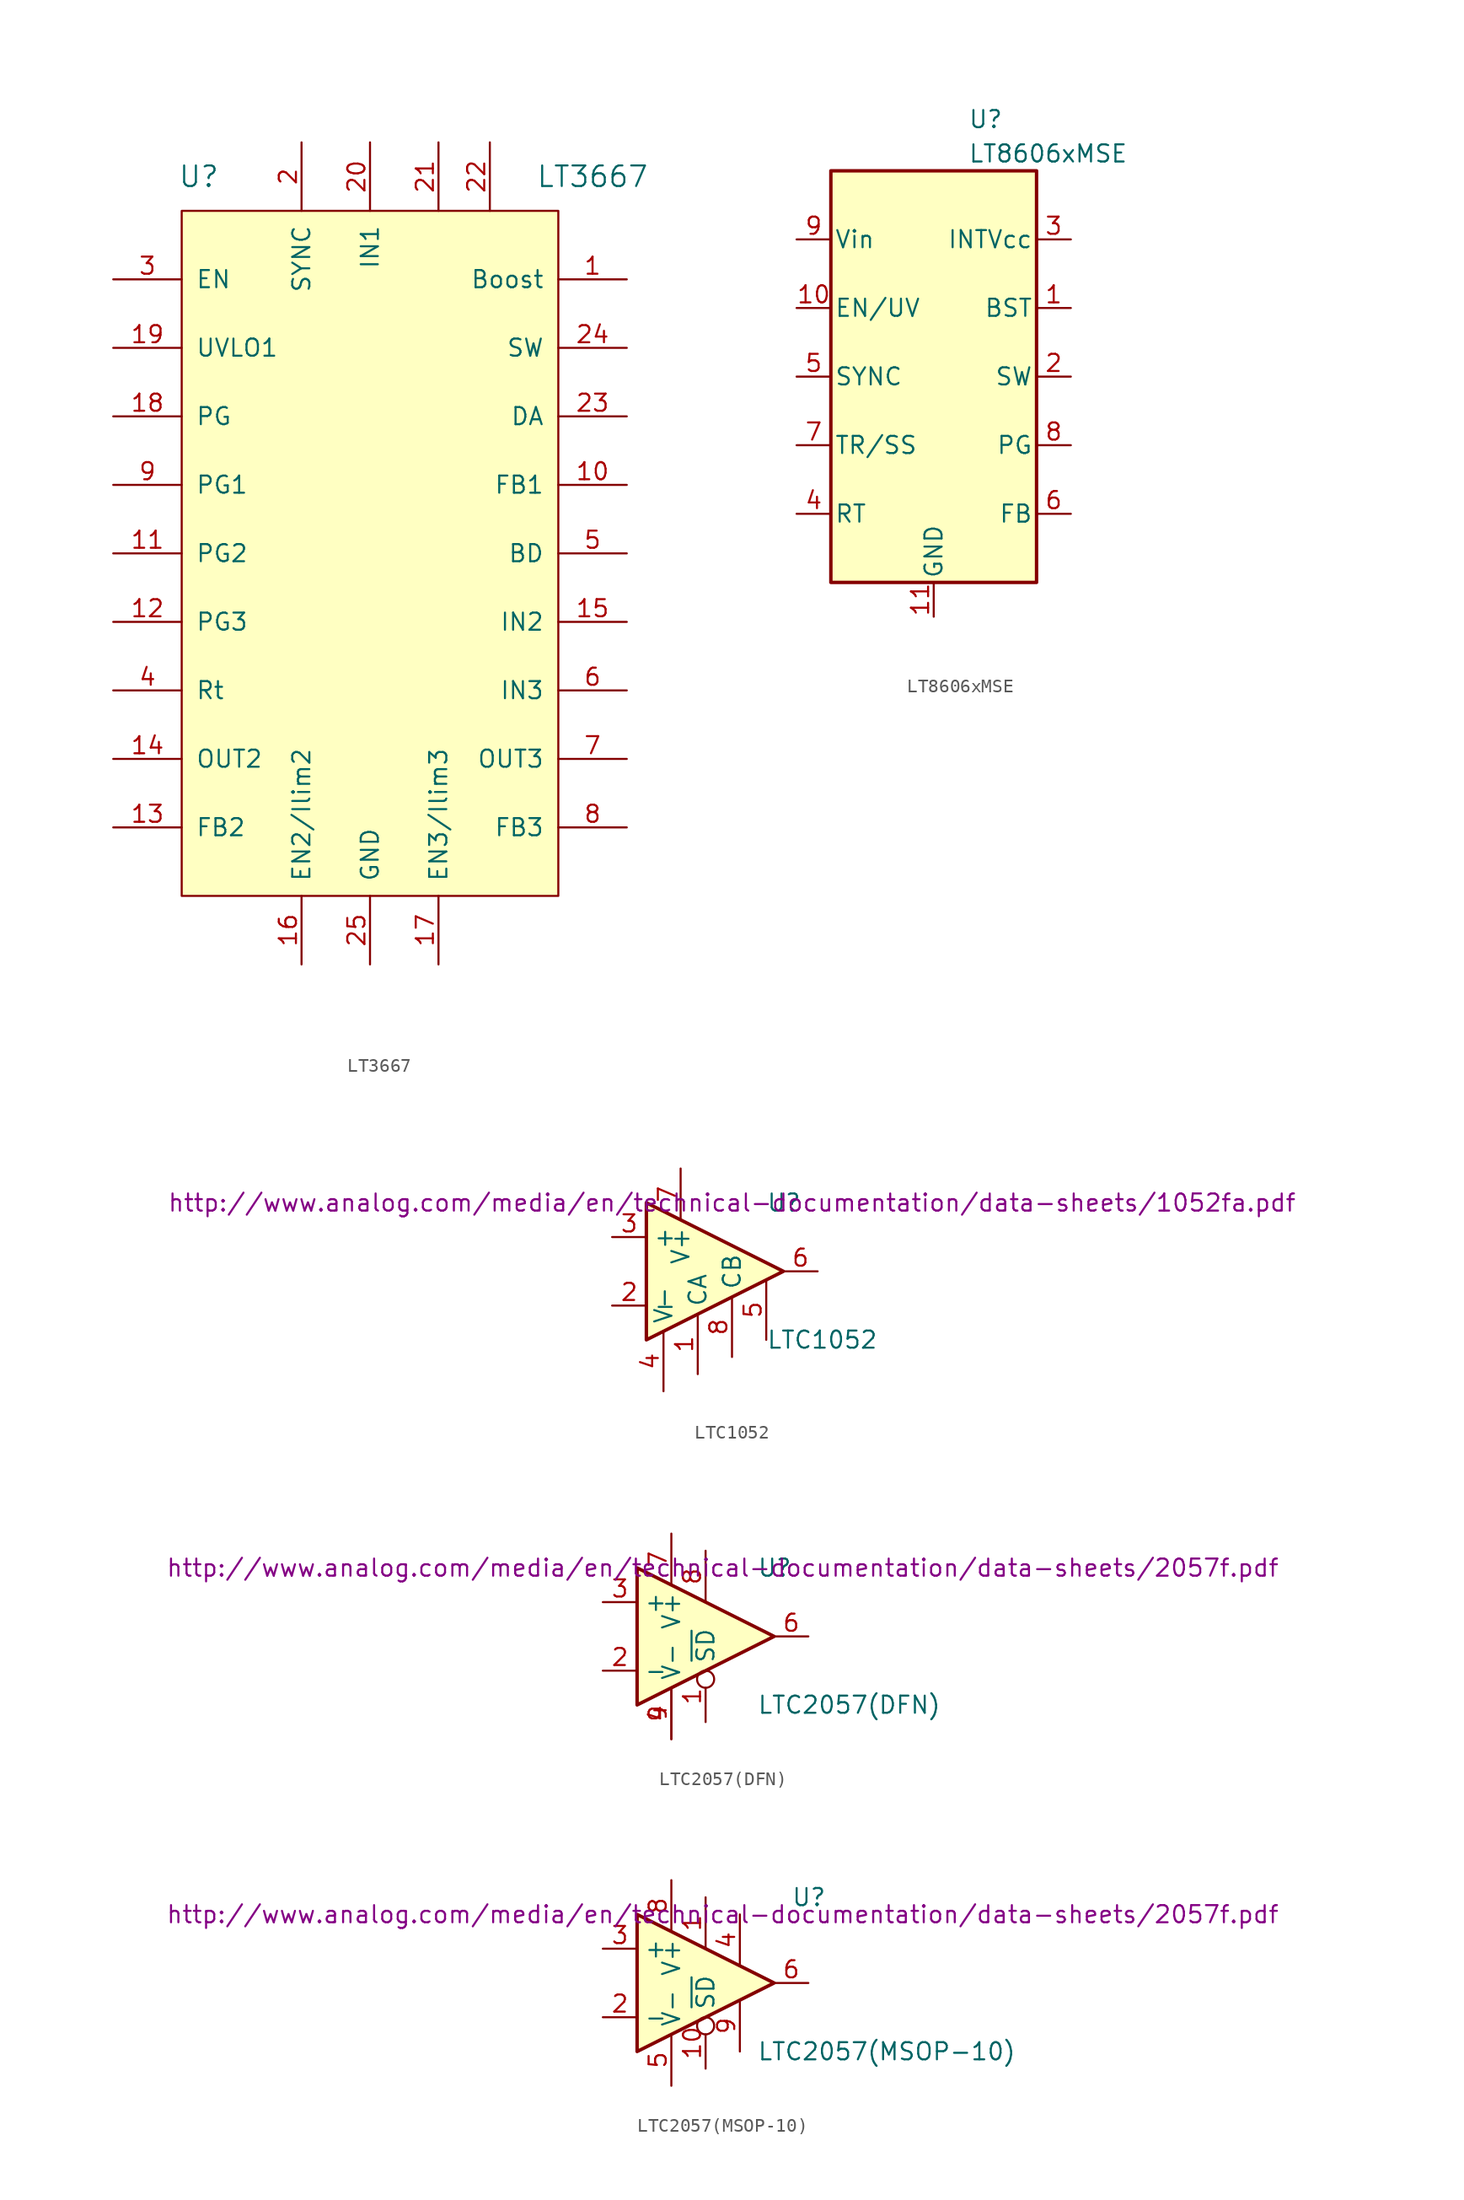
<source format=kicad_sym>
(kicad_symbol_lib
  (version 20220914)
  (generator kicad_symbol_editor)
  (symbol "LT3667"
    (pin_names
      (offset 1.016))
    (property "Reference" "U"
      (at -12.7 27.94 0)
      (effects (font (size 1.524 1.524))))
    (property "Value" "LT3667"
      (at 16.51 27.94 0)
      (effects (font (size 1.524 1.524))))
    (symbol "LT3667_0_1"
      (rectangle (start -13.97 25.4) (end 13.97 -25.4) (stroke (width 0) (type solid)) (fill (type background))))
    (symbol "LT3667_1_1"
      (pin passive line (at 19.05 20.32 180) (length 5.08) (name "Boost" (effects (font (size 1.27 1.27)))) (number "1" (effects (font (size 1.27 1.27)))))
      (pin input line (at 19.05 5.08 180) (length 5.08) (name "FB1" (effects (font (size 1.27 1.27)))) (number "10" (effects (font (size 1.27 1.27)))))
      (pin output line (at -19.05 0 0) (length 5.08) (name "PG2" (effects (font (size 1.27 1.27)))) (number "11" (effects (font (size 1.27 1.27)))))
      (pin output line (at -19.05 -5.08 0) (length 5.08) (name "PG3" (effects (font (size 1.27 1.27)))) (number "12" (effects (font (size 1.27 1.27)))))
      (pin input line (at -19.05 -20.32 0) (length 5.08) (name "FB2" (effects (font (size 1.27 1.27)))) (number "13" (effects (font (size 1.27 1.27)))))
      (pin power_out line (at -19.05 -15.24 0) (length 5.08) (name "OUT2" (effects (font (size 1.27 1.27)))) (number "14" (effects (font (size 1.27 1.27)))))
      (pin power_in line (at 19.05 -5.08 180) (length 5.08) (name "IN2" (effects (font (size 1.27 1.27)))) (number "15" (effects (font (size 1.27 1.27)))))
      (pin input line (at -5.08 -30.48 90) (length 5.08) (name "EN2/Ilim2" (effects (font (size 1.27 1.27)))) (number "16" (effects (font (size 1.27 1.27)))))
      (pin power_in line (at 5.08 -30.48 90) (length 5.08) (name "EN3/Ilim3" (effects (font (size 1.27 1.27)))) (number "17" (effects (font (size 1.27 1.27)))))
      (pin output line (at -19.05 10.16 0) (length 5.08) (name "PG" (effects (font (size 1.27 1.27)))) (number "18" (effects (font (size 1.27 1.27)))))
      (pin input line (at -19.05 15.24 0) (length 5.08) (name "UVLO1" (effects (font (size 1.27 1.27)))) (number "19" (effects (font (size 1.27 1.27)))))
      (pin input line (at -5.08 30.48 270) (length 5.08) (name "SYNC" (effects (font (size 1.27 1.27)))) (number "2" (effects (font (size 1.27 1.27)))))
      (pin power_in line (at 0 30.48 270) (length 5.08) (name "IN1" (effects (font (size 1.27 1.27)))) (number "20" (effects (font (size 1.27 1.27)))))
      (pin passive line (at 5.08 30.48 270) (length 5.08) (name "~" (effects (font (size 1.27 1.27)))) (number "21" (effects (font (size 1.27 1.27)))))
      (pin passive line (at 8.89 30.48 270) (length 5.08) (name "~" (effects (font (size 1.27 1.27)))) (number "22" (effects (font (size 1.27 1.27)))))
      (pin passive line (at 19.05 10.16 180) (length 5.08) (name "DA" (effects (font (size 1.27 1.27)))) (number "23" (effects (font (size 1.27 1.27)))))
      (pin power_out line (at 19.05 15.24 180) (length 5.08) (name "SW" (effects (font (size 1.27 1.27)))) (number "24" (effects (font (size 1.27 1.27)))))
      (pin power_in line (at 0 -30.48 90) (length 5.08) (name "GND" (effects (font (size 1.27 1.27)))) (number "25" (effects (font (size 1.27 1.27)))))
      (pin input line (at -19.05 20.32 0) (length 5.08) (name "EN" (effects (font (size 1.27 1.27)))) (number "3" (effects (font (size 1.27 1.27)))))
      (pin input line (at -19.05 -10.16 0) (length 5.08) (name "Rt" (effects (font (size 1.27 1.27)))) (number "4" (effects (font (size 1.27 1.27)))))
      (pin passive line (at 19.05 0 180) (length 5.08) (name "BD" (effects (font (size 1.27 1.27)))) (number "5" (effects (font (size 1.27 1.27)))))
      (pin power_in line (at 19.05 -10.16 180) (length 5.08) (name "IN3" (effects (font (size 1.27 1.27)))) (number "6" (effects (font (size 1.27 1.27)))))
      (pin power_out line (at 19.05 -15.24 180) (length 5.08) (name "OUT3" (effects (font (size 1.27 1.27)))) (number "7" (effects (font (size 1.27 1.27)))))
      (pin input line (at 19.05 -20.32 180) (length 5.08) (name "FB3" (effects (font (size 1.27 1.27)))) (number "8" (effects (font (size 1.27 1.27)))))
      (pin output line (at -19.05 5.08 0) (length 5.08) (name "PG1" (effects (font (size 1.27 1.27)))) (number "9" (effects (font (size 1.27 1.27)))))))
  (symbol "LT8606xMSE"
    (pin_names
      (offset 0.254))
    (property "Reference" "U"
      (at 2.54 19.05 0)
      (effects (font (size 1.27 1.27)) (justify left)))
    (property "Value" "LT8606xMSE"
      (at 2.54 16.51 0)
      (effects (font (size 1.27 1.27)) (justify left)))
    (symbol "LT8606xMSE_0_1"
      (rectangle (start -7.62 15.24) (end 7.62 -15.24) (stroke (width 0.254) (type solid)) (fill (type background))))
    (symbol "LT8606xMSE_1_1"
      (pin passive line (at 10.16 5.08 180) (length 2.54) (name "BST" (effects (font (size 1.27 1.27)))) (number "1" (effects (font (size 1.27 1.27)))))
      (pin input line (at -10.16 5.08 0) (length 2.54) (name "EN/UV" (effects (font (size 1.27 1.27)))) (number "10" (effects (font (size 1.27 1.27)))))
      (pin power_in line (at 0 -17.78 90) (length 2.54) (name "GND" (effects (font (size 1.27 1.27)))) (number "11" (effects (font (size 1.27 1.27)))))
      (pin power_out line (at 10.16 0 180) (length 2.54) (name "SW" (effects (font (size 1.27 1.27)))) (number "2" (effects (font (size 1.27 1.27)))))
      (pin power_out line (at 10.16 10.16 180) (length 2.54) (name "INTVcc" (effects (font (size 1.27 1.27)))) (number "3" (effects (font (size 1.27 1.27)))))
      (pin passive line (at -10.16 -10.16 0) (length 2.54) (name "RT" (effects (font (size 1.27 1.27)))) (number "4" (effects (font (size 1.27 1.27)))))
      (pin input line (at -10.16 0 0) (length 2.54) (name "SYNC" (effects (font (size 1.27 1.27)))) (number "5" (effects (font (size 1.27 1.27)))))
      (pin input line (at 10.16 -10.16 180) (length 2.54) (name "FB" (effects (font (size 1.27 1.27)))) (number "6" (effects (font (size 1.27 1.27)))))
      (pin passive line (at -10.16 -5.08 0) (length 2.54) (name "TR/SS" (effects (font (size 1.27 1.27)))) (number "7" (effects (font (size 1.27 1.27)))))
      (pin open_collector line (at 10.16 -5.08 180) (length 2.54) (name "PG" (effects (font (size 1.27 1.27)))) (number "8" (effects (font (size 1.27 1.27)))))
      (pin power_in line (at -10.16 10.16 0) (length 2.54) (name "Vin" (effects (font (size 1.27 1.27)))) (number "9" (effects (font (size 1.27 1.27)))))))
  (symbol "LTC1052"
    (property "Reference" "U"
      (at 3.81 5.08 0)
      (effects (font (size 1.27 1.27)) (justify left)))
    (property "Value" "LTC1052"
      (at 3.81 -5.08 0)
      (effects (font (size 1.27 1.27)) (justify left)))
    (property "Footprint" ""
      (at -1.27 2.54 0)
      (effects (font (size 1.27 1.27))))
    (property "Datasheet" "http://www.analog.com/media/en/technical-documentation/data-sheets/1052fa.pdf"
      (at 1.27 5.08 0)
      (effects (font (size 1.27 1.27))))
    (symbol "LTC1052_0_1"
      (polyline (pts (xy -5.08 5.08) (xy 5.08 0) (xy -5.08 -5.08) (xy -5.08 5.08)) (stroke (width 0.254) (type solid)) (fill (type background)))
      (pin passive line (at -1.27 -7.62 90) (length 4.445) (name "CA" (effects (font (size 1.27 1.27)))) (number "1" (effects (font (size 1.27 1.27)))))
      (pin power_in line (at -3.81 -8.89 90) (length 4.445) (name "V-" (effects (font (size 1.27 1.27)))) (number "4" (effects (font (size 1.27 1.27)))))
      (pin power_in line (at -2.54 7.62 270) (length 3.81) (name "V+" (effects (font (size 1.27 1.27)))) (number "7" (effects (font (size 1.27 1.27))))))
    (symbol "LTC1052_1_1"
      (pin input line (at -7.62 -2.54 0) (length 2.54) (name "-" (effects (font (size 1.27 1.27)))) (number "2" (effects (font (size 1.27 1.27)))))
      (pin input line (at -7.62 2.54 0) (length 2.54) (name "+" (effects (font (size 1.27 1.27)))) (number "3" (effects (font (size 1.27 1.27)))))
      (pin passive line (at 3.81 -5.08 90) (length 4.445) (name "~" (effects (font (size 1.27 1.27)))) (number "5" (effects (font (size 1.27 1.27)))))
      (pin output line (at 7.62 0 180) (length 2.54) (name "~" (effects (font (size 1.27 1.27)))) (number "6" (effects (font (size 1.27 1.27)))))
      (pin passive line (at 1.27 -6.35 90) (length 4.445) (name "CB" (effects (font (size 1.27 1.27)))) (number "8" (effects (font (size 1.27 1.27)))))))
  (symbol "LTC2057(DFN)"
    (property "Reference" "U"
      (at 3.81 5.08 0)
      (effects (font (size 1.27 1.27)) (justify left)))
    (property "Value" "LTC2057(DFN)"
      (at 3.81 -5.08 0)
      (effects (font (size 1.27 1.27)) (justify left)))
    (property "Datasheet" "http://www.analog.com/media/en/technical-documentation/data-sheets/2057f.pdf"
      (at 1.27 5.08 0)
      (effects (font (size 1.27 1.27))))
    (symbol "LTC2057(DFN)_0_1"
      (polyline (pts (xy -5.08 5.08) (xy 5.08 0) (xy -5.08 -5.08) (xy -5.08 5.08)) (stroke (width 0.254) (type solid)) (fill (type background)))
      (pin input inverted (at 0 -6.35 90) (length 3.81) (name "~{SD}" (effects (font (size 1.27 1.27)))) (number "1" (effects (font (size 1.27 1.27)))))
      (pin power_in line (at -2.54 -7.62 90) (length 3.81) (name "V-" (effects (font (size 1.27 1.27)))) (number "4" (effects (font (size 1.27 1.27)))))
      (pin power_in line (at -2.54 7.62 270) (length 3.81) (name "V+" (effects (font (size 1.27 1.27)))) (number "7" (effects (font (size 1.27 1.27)))))
      (pin input line (at 0 6.35 270) (length 3.81) (name "~" (effects (font (size 1.27 1.27)))) (number "8" (effects (font (size 1.27 1.27)))))
      (pin input line (at -2.54 -7.62 90) (length 3.81) (name "~" (effects (font (size 1.27 1.27)))) (number "9" (effects (font (size 1.27 1.27))))))
    (symbol "LTC2057(DFN)_1_1"
      (pin input line (at -7.62 -2.54 0) (length 2.54) (name "-" (effects (font (size 1.27 1.27)))) (number "2" (effects (font (size 1.27 1.27)))))
      (pin input line (at -7.62 2.54 0) (length 2.54) (name "+" (effects (font (size 1.27 1.27)))) (number "3" (effects (font (size 1.27 1.27)))))
      (pin output line (at 7.62 0 180) (length 2.54) (name "~" (effects (font (size 1.27 1.27)))) (number "6" (effects (font (size 1.27 1.27)))))))
  (symbol "LTC2057(MSOP-10)"
    (property "Reference" "U"
      (at 6.35 6.35 0)
      (effects (font (size 1.27 1.27)) (justify left)))
    (property "Value" "LTC2057(MSOP-10)"
      (at 3.81 -5.08 0)
      (effects (font (size 1.27 1.27)) (justify left)))
    (property "Datasheet" "http://www.analog.com/media/en/technical-documentation/data-sheets/2057f.pdf"
      (at 1.27 5.08 0)
      (effects (font (size 1.27 1.27))))
    (symbol "LTC2057(MSOP-10)_0_1"
      (polyline (pts (xy -5.08 5.08) (xy 5.08 0) (xy -5.08 -5.08) (xy -5.08 5.08)) (stroke (width 0.254) (type solid)) (fill (type background)))
      (pin input line (at 0 6.35 270) (length 3.81) (name "~" (effects (font (size 1.27 1.27)))) (number "1" (effects (font (size 1.27 1.27)))))
      (pin input inverted (at 0 -6.35 90) (length 3.81) (name "~{SD}" (effects (font (size 1.27 1.27)))) (number "10" (effects (font (size 1.27 1.27)))))
      (pin input line (at 2.54 5.08 270) (length 3.81) (name "~" (effects (font (size 1.27 1.27)))) (number "4" (effects (font (size 1.27 1.27)))))
      (pin power_in line (at -2.54 -7.62 90) (length 3.81) (name "V-" (effects (font (size 1.27 1.27)))) (number "5" (effects (font (size 1.27 1.27)))))
      (pin power_in line (at -2.54 7.62 270) (length 3.81) (name "V+" (effects (font (size 1.27 1.27)))) (number "8" (effects (font (size 1.27 1.27)))))
      (pin input line (at 2.54 -5.08 90) (length 3.81) (name "~" (effects (font (size 1.27 1.27)))) (number "9" (effects (font (size 1.27 1.27))))))
    (symbol "LTC2057(MSOP-10)_1_1"
      (pin input line (at -7.62 -2.54 0) (length 2.54) (name "-" (effects (font (size 1.27 1.27)))) (number "2" (effects (font (size 1.27 1.27)))))
      (pin input line (at -7.62 2.54 0) (length 2.54) (name "+" (effects (font (size 1.27 1.27)))) (number "3" (effects (font (size 1.27 1.27)))))
      (pin output line (at 7.62 0 180) (length 2.54) (name "~" (effects (font (size 1.27 1.27)))) (number "6" (effects (font (size 1.27 1.27))))))))
</source>
